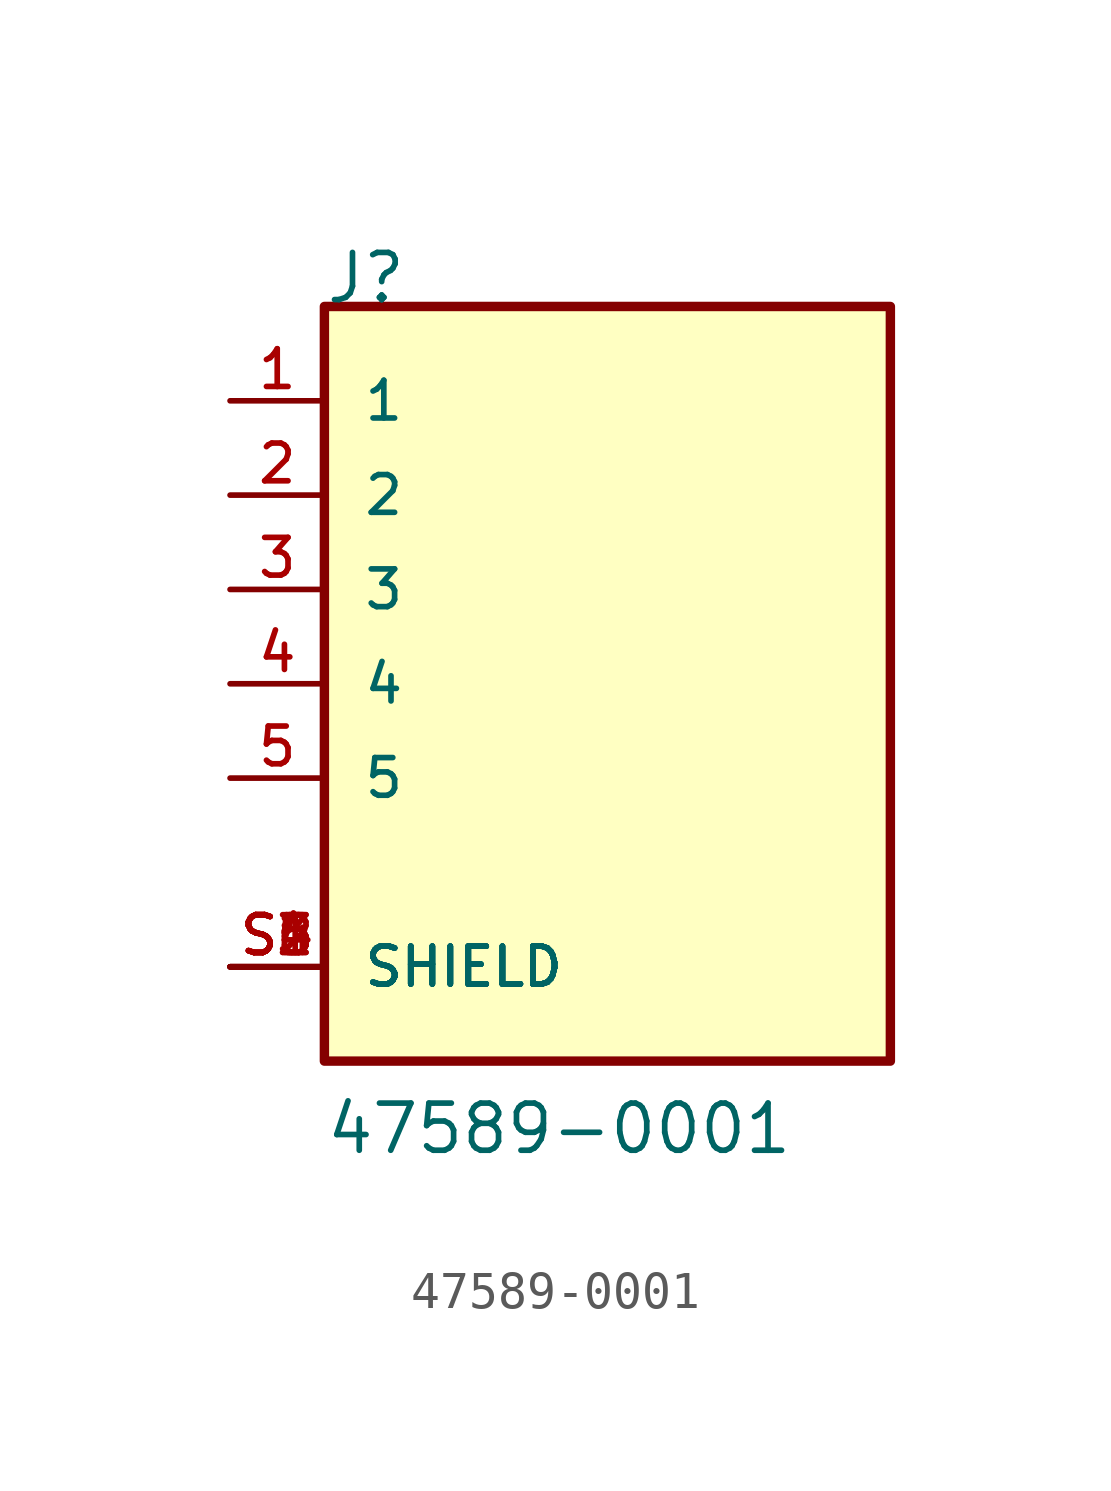
<source format=kicad_sym>
(kicad_symbol_lib
  (version 20211014)
  (generator kicad_symbol_editor)
  (symbol "47589-0001"
    (pin_names
      (offset 1.016))
    (property "Reference" "J"
      (at -7.629 10.182 0)
      (effects (font (size 1.27 1.27)) (justify bottom left)))
    (property "Value" "47589-0001"
      (at -7.628 -12.724 0)
      (effects (font (size 1.27 1.27)) (justify bottom left)))
    (symbol "47589-0001_0_0"
      (rectangle (start -7.62 -10.16) (end 7.62 10.16) (stroke (width 0.254)) (fill (type background)))
      (pin passive line (at -10.16 7.62 0) (length 2.54) (name "1" (effects (font (size 1.016 1.016)))) (number "1" (effects (font (size 1.016 1.016)))))
      (pin passive line (at -10.16 5.08 0) (length 2.54) (name "2" (effects (font (size 1.016 1.016)))) (number "2" (effects (font (size 1.016 1.016)))))
      (pin passive line (at -10.16 2.54 0) (length 2.54) (name "3" (effects (font (size 1.016 1.016)))) (number "3" (effects (font (size 1.016 1.016)))))
      (pin passive line (at -10.16 0.0 0) (length 2.54) (name "4" (effects (font (size 1.016 1.016)))) (number "4" (effects (font (size 1.016 1.016)))))
      (pin passive line (at -10.16 -2.54 0) (length 2.54) (name "5" (effects (font (size 1.016 1.016)))) (number "5" (effects (font (size 1.016 1.016)))))
      (pin passive line (at -10.16 -7.62 0) (length 2.54) (name "SHIELD" (effects (font (size 1.016 1.016)))) (number "S1" (effects (font (size 1.016 1.016)))))
      (pin passive line (at -10.16 -7.62 0) (length 2.54) (name "SHIELD" (effects (font (size 1.016 1.016)))) (number "S2" (effects (font (size 1.016 1.016)))))
      (pin passive line (at -10.16 -7.62 0) (length 2.54) (name "SHIELD" (effects (font (size 1.016 1.016)))) (number "S3" (effects (font (size 1.016 1.016)))))
      (pin passive line (at -10.16 -7.62 0) (length 2.54) (name "SHIELD" (effects (font (size 1.016 1.016)))) (number "S4" (effects (font (size 1.016 1.016)))))
      (pin passive line (at -10.16 -7.62 0) (length 2.54) (name "SHIELD" (effects (font (size 1.016 1.016)))) (number "S5" (effects (font (size 1.016 1.016)))))
      (pin passive line (at -10.16 -7.62 0) (length 2.54) (name "SHIELD" (effects (font (size 1.016 1.016)))) (number "S6" (effects (font (size 1.016 1.016))))))))
</source>
